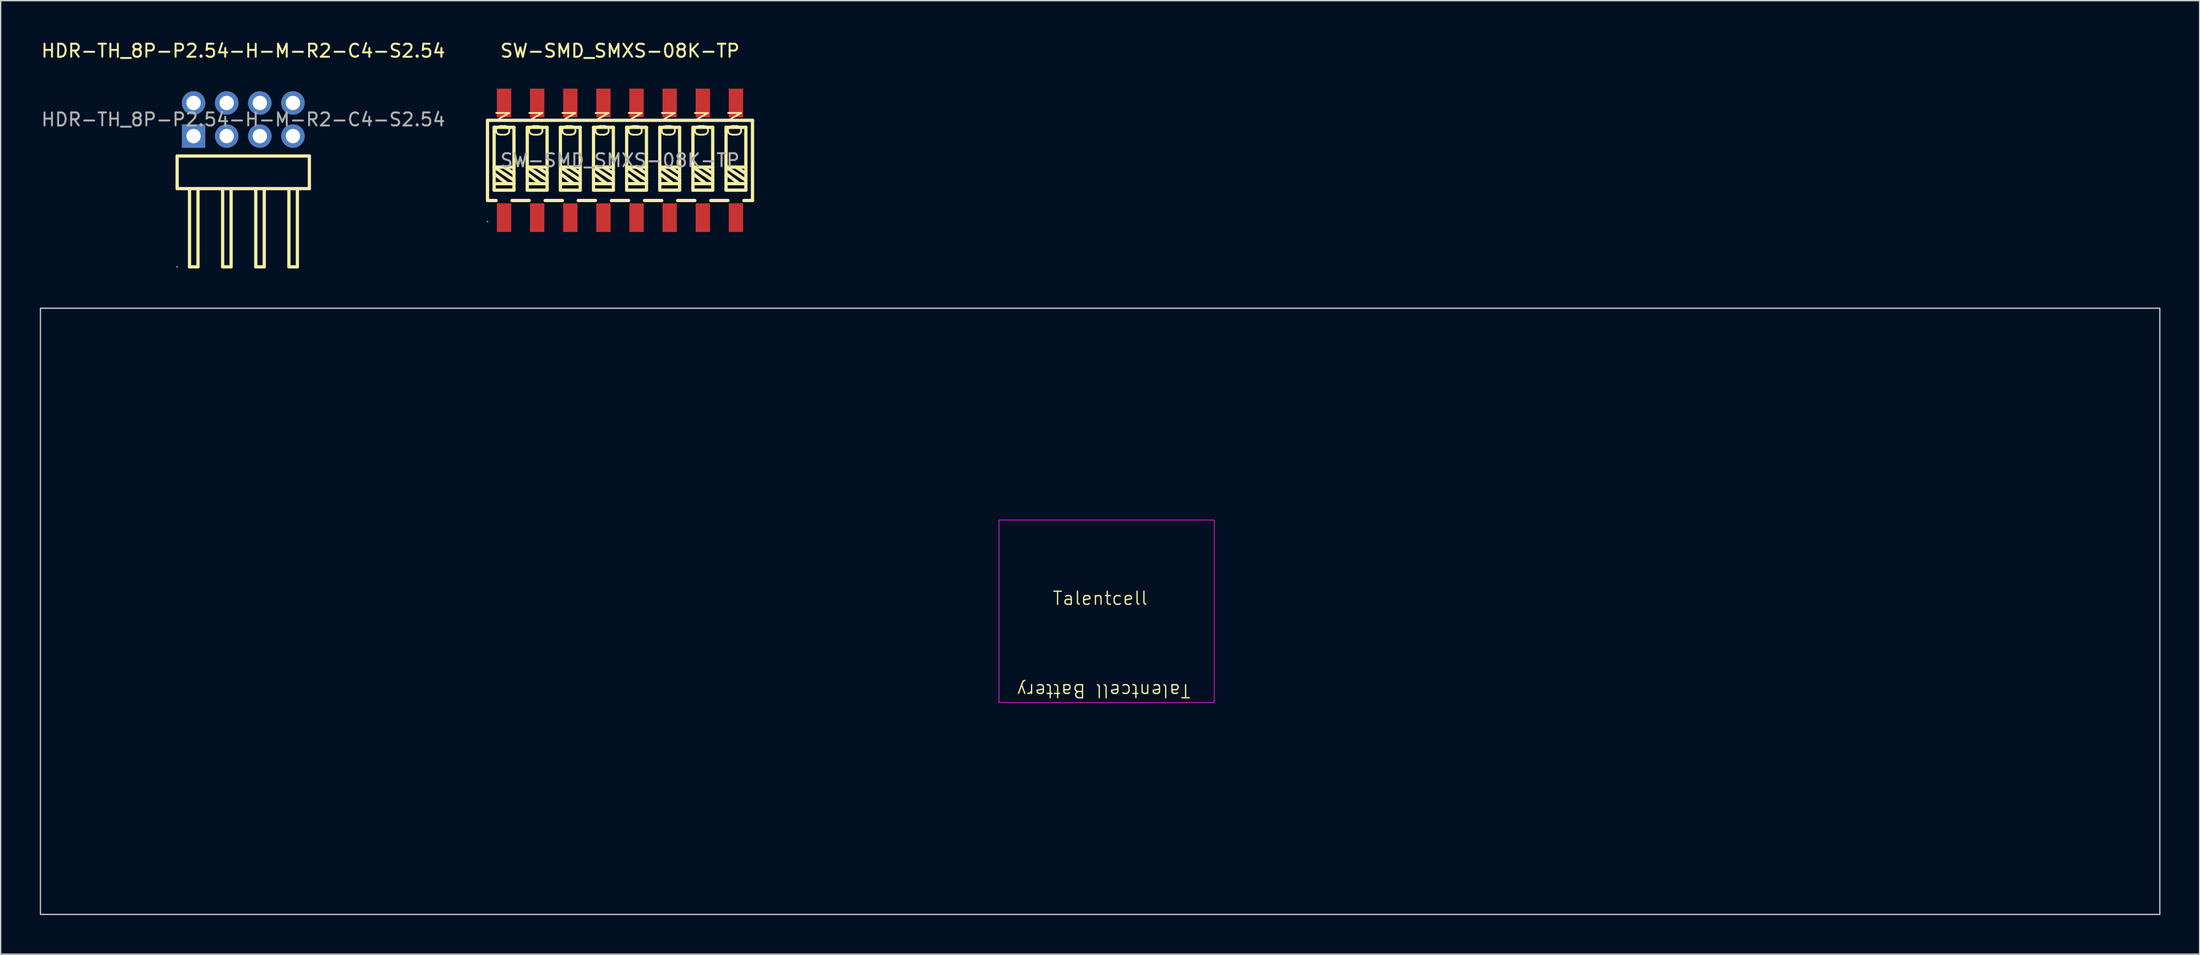
<source format=kicad_pcb>
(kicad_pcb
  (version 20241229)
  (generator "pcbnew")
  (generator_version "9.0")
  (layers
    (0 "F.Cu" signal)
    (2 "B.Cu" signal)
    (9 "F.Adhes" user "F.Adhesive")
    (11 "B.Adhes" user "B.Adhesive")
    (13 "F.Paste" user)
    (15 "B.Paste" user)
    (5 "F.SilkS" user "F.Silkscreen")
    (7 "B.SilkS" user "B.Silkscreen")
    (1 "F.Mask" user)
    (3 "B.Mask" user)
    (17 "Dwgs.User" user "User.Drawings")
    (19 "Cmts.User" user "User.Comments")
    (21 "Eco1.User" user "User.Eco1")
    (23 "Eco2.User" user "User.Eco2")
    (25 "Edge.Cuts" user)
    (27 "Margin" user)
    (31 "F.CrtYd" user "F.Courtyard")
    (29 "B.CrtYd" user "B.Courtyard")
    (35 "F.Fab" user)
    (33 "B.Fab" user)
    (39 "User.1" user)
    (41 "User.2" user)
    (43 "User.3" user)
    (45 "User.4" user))
  (footprint "Talentcell"
    (layer "F.Cu")
    (at 81.3 43.343)
    (property "Reference" "Talentcell" (at 0 -0.5 0) (unlocked yes) (layer "F.SilkS") (effects (font (size 1 1) (thickness 0.1))))
    (attr through_hole exclude_from_bom dnp)
    (fp_rect (start -81.25 -22.75) (end 81.25 23.75) (stroke (width 0.1) (type solid)) (fill no) (layer "Dwgs.User"))
    (fp_rect (start -7.75 -6.5) (end 8.75 7.5) (stroke (width 0.05) (type default)) (fill no) (layer "F.CrtYd"))
    (fp_text user "Talentcell Battery" (at 7 6 180) (unlocked yes) (layer "F.SilkS") (effects (font (size 1 1) (thickness 0.1)) (justify left bottom))))
  (footprint "HDR-TH_8P-P2.54-H-M-R2-C4-S2.54"
    (layer "F.Cu")
    (at 15.601 6.118)
    (property "Reference" "HDR-TH_8P-P2.54-H-M-R2-C4-S2.54" (at 0 -5.27 0) (layer "F.SilkS") (effects (font (size 1 1) (thickness 0.15))))
    (attr through_hole)
    (fp_line (start -5.07 2.8) (end -5.07 5.3) (stroke (width 0.25) (type solid)) (layer "F.SilkS"))
    (fp_line (start -5.07 5.3) (end 5.07 5.3) (stroke (width 0.25) (type solid)) (layer "F.SilkS"))
    (fp_line (start -4.12 5.3) (end -4.12 11.3) (stroke (width 0.25) (type solid)) (layer "F.SilkS"))
    (fp_line (start -4.12 11.3) (end -3.47 11.3) (stroke (width 0.25) (type solid)) (layer "F.SilkS"))
    (fp_line (start -3.47 11.3) (end -3.47 5.3) (stroke (width 0.25) (type solid)) (layer "F.SilkS"))
    (fp_line (start -1.58 5.3) (end -1.58 11.3) (stroke (width 0.25) (type solid)) (layer "F.SilkS"))
    (fp_line (start -1.58 11.3) (end -0.93 11.3) (stroke (width 0.25) (type solid)) (layer "F.SilkS"))
    (fp_line (start -0.93 11.3) (end -0.93 5.3) (stroke (width 0.25) (type solid)) (layer "F.SilkS"))
    (fp_line (start 0.96 5.3) (end 0.96 11.3) (stroke (width 0.25) (type solid)) (layer "F.SilkS"))
    (fp_line (start 0.96 11.3) (end 1.61 11.3) (stroke (width 0.25) (type solid)) (layer "F.SilkS"))
    (fp_line (start 1.61 11.3) (end 1.61 5.3) (stroke (width 0.25) (type solid)) (layer "F.SilkS"))
    (fp_line (start 3.5 5.3) (end 3.5 11.3) (stroke (width 0.25) (type solid)) (layer "F.SilkS"))
    (fp_line (start 3.5 11.3) (end 4.15 11.3) (stroke (width 0.25) (type solid)) (layer "F.SilkS"))
    (fp_line (start 4.15 11.3) (end 4.15 5.3) (stroke (width 0.25) (type solid)) (layer "F.SilkS"))
    (fp_line (start 5.07 2.8) (end -5.07 2.8) (stroke (width 0.25) (type solid)) (layer "F.SilkS"))
    (fp_line (start 5.07 5.3) (end 5.07 2.8) (stroke (width 0.25) (type solid)) (layer "F.SilkS"))
    (fp_circle (center -5.07 11.3) (end -5.04 11.3) (stroke (width 0.06) (type solid)) (fill no) (layer "F.Fab"))
    (fp_text user "${REFERENCE}" (at 0 0 0) (layer "F.Fab") (effects (font (size 1 1) (thickness 0.15))))
    (pad "1" thru_hole rect (at -3.81 1.27 180) (size 1.78 1.8) (drill 1.1) (layers "*.Cu" "*.Mask"))
    (pad "2" thru_hole circle (at -3.81 -1.27 180) (size 1.8 1.8) (drill 1.1) (layers "*.Cu" "*.Mask"))
    (pad "3" thru_hole circle (at -1.27 1.27 180) (size 1.8 1.8) (drill 1.1) (layers "*.Cu" "*.Mask"))
    (pad "4" thru_hole circle (at -1.27 -1.27 180) (size 1.8 1.8) (drill 1.1) (layers "*.Cu" "*.Mask"))
    (pad "5" thru_hole circle (at 1.27 1.27 180) (size 1.8 1.8) (drill 1.1) (layers "*.Cu" "*.Mask"))
    (pad "6" thru_hole circle (at 1.27 -1.27 180) (size 1.8 1.8) (drill 1.1) (layers "*.Cu" "*.Mask"))
    (pad "7" thru_hole circle (at 3.81 1.27 180) (size 1.8 1.8) (drill 1.1) (layers "*.Cu" "*.Mask"))
    (pad "8" thru_hole circle (at 3.81 -1.27 180) (size 1.8 1.8) (drill 1.1) (layers "*.Cu" "*.Mask")))
  (footprint "SW-SMD_SMXS-08K-TP"
    (layer "F.Cu")
    (at 44.487 9.248)
    (property "Reference" "SW-SMD_SMXS-08K-TP" (at 0 -8.4 0) (layer "F.SilkS") (effects (font (size 1 1) (thickness 0.15))))
    (attr through_hole)
    (fp_line (start -10.16 -3.07) (end 10.16 -3.07) (stroke (width 0.25) (type solid)) (layer "F.SilkS"))
    (fp_line (start -10.16 3.08) (end -10.16 -3.07) (stroke (width 0.25) (type solid)) (layer "F.SilkS"))
    (fp_line (start -9.65 -2.53) (end -9.65 2.29) (stroke (width 0.25) (type solid)) (layer "F.SilkS"))
    (fp_line (start -9.65 0.52) (end -8.13 1.53) (stroke (width 0.25) (type solid)) (layer "F.SilkS"))
    (fp_line (start -9.65 1.02) (end -8.64 1.79) (stroke (width 0.25) (type solid)) (layer "F.SilkS"))
    (fp_line (start -9.65 1.79) (end -8.13 1.79) (stroke (width 0.25) (type solid)) (layer "F.SilkS"))
    (fp_line (start -9.65 2.29) (end -8.13 2.29) (stroke (width 0.25) (type solid)) (layer "F.SilkS"))
    (fp_line (start -9.5 3.08) (end -10.15 3.08) (stroke (width 0.25) (type solid)) (layer "F.SilkS"))
    (fp_line (start -8.89 0.52) (end -8.13 1.02) (stroke (width 0.25) (type solid)) (layer "F.SilkS"))
    (fp_line (start -8.13 -2.53) (end -9.65 -2.53) (stroke (width 0.25) (type solid)) (layer "F.SilkS"))
    (fp_line (start -8.13 0.52) (end -9.65 0.52) (stroke (width 0.25) (type solid)) (layer "F.SilkS"))
    (fp_line (start -8.13 2.29) (end -8.13 -2.53) (stroke (width 0.25) (type solid)) (layer "F.SilkS"))
    (fp_line (start -7.11 -2.53) (end -5.59 -2.53) (stroke (width 0.25) (type solid)) (layer "F.SilkS"))
    (fp_line (start -7.11 0.52) (end -5.59 0.52) (stroke (width 0.25) (type solid)) (layer "F.SilkS"))
    (fp_line (start -7.11 1.02) (end -6.1 1.79) (stroke (width 0.25) (type solid)) (layer "F.SilkS"))
    (fp_line (start -7.11 1.79) (end -5.59 1.79) (stroke (width 0.25) (type solid)) (layer "F.SilkS"))
    (fp_line (start -7.11 2.29) (end -7.11 -2.53) (stroke (width 0.25) (type solid)) (layer "F.SilkS"))
    (fp_line (start -6.96 3.08) (end -8.28 3.08) (stroke (width 0.25) (type solid)) (layer "F.SilkS"))
    (fp_line (start -6.35 0.52) (end -5.59 1.02) (stroke (width 0.25) (type solid)) (layer "F.SilkS"))
    (fp_line (start -5.59 -2.53) (end -5.59 2.29) (stroke (width 0.25) (type solid)) (layer "F.SilkS"))
    (fp_line (start -5.59 1.53) (end -7.11 0.52) (stroke (width 0.25) (type solid)) (layer "F.SilkS"))
    (fp_line (start -5.59 2.29) (end -7.11 2.29) (stroke (width 0.25) (type solid)) (layer "F.SilkS"))
    (fp_line (start -4.57 -2.53) (end -4.57 2.29) (stroke (width 0.25) (type solid)) (layer "F.SilkS"))
    (fp_line (start -4.57 0.52) (end -3.05 1.53) (stroke (width 0.25) (type solid)) (layer "F.SilkS"))
    (fp_line (start -4.57 1.02) (end -3.56 1.79) (stroke (width 0.25) (type solid)) (layer "F.SilkS"))
    (fp_line (start -4.57 1.79) (end -3.05 1.79) (stroke (width 0.25) (type solid)) (layer "F.SilkS"))
    (fp_line (start -4.57 2.29) (end -3.05 2.29) (stroke (width 0.25) (type solid)) (layer "F.SilkS"))
    (fp_line (start -4.42 3.08) (end -5.74 3.08) (stroke (width 0.25) (type solid)) (layer "F.SilkS"))
    (fp_line (start -3.81 0.52) (end -3.05 1.02) (stroke (width 0.25) (type solid)) (layer "F.SilkS"))
    (fp_line (start -3.05 -2.53) (end -4.57 -2.53) (stroke (width 0.25) (type solid)) (layer "F.SilkS"))
    (fp_line (start -3.05 0.52) (end -4.57 0.52) (stroke (width 0.25) (type solid)) (layer "F.SilkS"))
    (fp_line (start -3.05 2.29) (end -3.05 -2.53) (stroke (width 0.25) (type solid)) (layer "F.SilkS"))
    (fp_line (start -2.03 -2.53) (end -0.51 -2.53) (stroke (width 0.25) (type solid)) (layer "F.SilkS"))
    (fp_line (start -2.03 0.52) (end -0.51 0.52) (stroke (width 0.25) (type solid)) (layer "F.SilkS"))
    (fp_line (start -2.03 1.02) (end -1.02 1.79) (stroke (width 0.25) (type solid)) (layer "F.SilkS"))
    (fp_line (start -2.03 1.79) (end -0.51 1.79) (stroke (width 0.25) (type solid)) (layer "F.SilkS"))
    (fp_line (start -2.03 2.29) (end -2.03 -2.53) (stroke (width 0.25) (type solid)) (layer "F.SilkS"))
    (fp_line (start -1.88 3.08) (end -3.2 3.08) (stroke (width 0.25) (type solid)) (layer "F.SilkS"))
    (fp_line (start -1.27 0.52) (end -0.51 1.02) (stroke (width 0.25) (type solid)) (layer "F.SilkS"))
    (fp_line (start -0.51 -2.53) (end -0.51 2.29) (stroke (width 0.25) (type solid)) (layer "F.SilkS"))
    (fp_line (start -0.51 1.53) (end -2.03 0.52) (stroke (width 0.25) (type solid)) (layer "F.SilkS"))
    (fp_line (start -0.51 2.29) (end -2.03 2.29) (stroke (width 0.25) (type solid)) (layer "F.SilkS"))
    (fp_line (start 0.51 -2.53) (end 0.51 2.29) (stroke (width 0.25) (type solid)) (layer "F.SilkS"))
    (fp_line (start 0.51 0.52) (end 2.03 1.53) (stroke (width 0.25) (type solid)) (layer "F.SilkS"))
    (fp_line (start 0.51 1.02) (end 1.52 1.79) (stroke (width 0.25) (type solid)) (layer "F.SilkS"))
    (fp_line (start 0.51 1.79) (end 2.03 1.79) (stroke (width 0.25) (type solid)) (layer "F.SilkS"))
    (fp_line (start 0.51 2.29) (end 2.03 2.29) (stroke (width 0.25) (type solid)) (layer "F.SilkS"))
    (fp_line (start 0.66 3.08) (end -0.66 3.08) (stroke (width 0.25) (type solid)) (layer "F.SilkS"))
    (fp_line (start 1.27 0.52) (end 2.03 1.02) (stroke (width 0.25) (type solid)) (layer "F.SilkS"))
    (fp_line (start 2.03 -2.53) (end 0.51 -2.53) (stroke (width 0.25) (type solid)) (layer "F.SilkS"))
    (fp_line (start 2.03 0.52) (end 0.51 0.52) (stroke (width 0.25) (type solid)) (layer "F.SilkS"))
    (fp_line (start 2.03 2.29) (end 2.03 -2.53) (stroke (width 0.25) (type solid)) (layer "F.SilkS"))
    (fp_line (start 3.05 -2.53) (end 4.57 -2.53) (stroke (width 0.25) (type solid)) (layer "F.SilkS"))
    (fp_line (start 3.05 0.52) (end 4.57 0.52) (stroke (width 0.25) (type solid)) (layer "F.SilkS"))
    (fp_line (start 3.05 1.02) (end 4.06 1.79) (stroke (width 0.25) (type solid)) (layer "F.SilkS"))
    (fp_line (start 3.05 1.79) (end 4.57 1.79) (stroke (width 0.25) (type solid)) (layer "F.SilkS"))
    (fp_line (start 3.05 2.29) (end 3.05 -2.53) (stroke (width 0.25) (type solid)) (layer "F.SilkS"))
    (fp_line (start 3.2 3.08) (end 1.88 3.08) (stroke (width 0.25) (type solid)) (layer "F.SilkS"))
    (fp_line (start 3.81 0.52) (end 4.57 1.02) (stroke (width 0.25) (type solid)) (layer "F.SilkS"))
    (fp_line (start 4.57 -2.53) (end 4.57 2.29) (stroke (width 0.25) (type solid)) (layer "F.SilkS"))
    (fp_line (start 4.57 1.53) (end 3.05 0.52) (stroke (width 0.25) (type solid)) (layer "F.SilkS"))
    (fp_line (start 4.57 2.29) (end 3.05 2.29) (stroke (width 0.25) (type solid)) (layer "F.SilkS"))
    (fp_line (start 5.59 -2.53) (end 5.59 2.29) (stroke (width 0.25) (type solid)) (layer "F.SilkS"))
    (fp_line (start 5.59 0.52) (end 7.11 1.53) (stroke (width 0.25) (type solid)) (layer "F.SilkS"))
    (fp_line (start 5.59 1.02) (end 6.6 1.79) (stroke (width 0.25) (type solid)) (layer "F.SilkS"))
    (fp_line (start 5.59 1.79) (end 7.11 1.79) (stroke (width 0.25) (type solid)) (layer "F.SilkS"))
    (fp_line (start 5.59 2.29) (end 7.11 2.29) (stroke (width 0.25) (type solid)) (layer "F.SilkS"))
    (fp_line (start 5.74 3.08) (end 4.42 3.08) (stroke (width 0.25) (type solid)) (layer "F.SilkS"))
    (fp_line (start 6.35 0.52) (end 7.11 1.02) (stroke (width 0.25) (type solid)) (layer "F.SilkS"))
    (fp_line (start 7.11 -2.53) (end 5.59 -2.53) (stroke (width 0.25) (type solid)) (layer "F.SilkS"))
    (fp_line (start 7.11 0.52) (end 5.59 0.52) (stroke (width 0.25) (type solid)) (layer "F.SilkS"))
    (fp_line (start 7.11 2.29) (end 7.11 -2.53) (stroke (width 0.25) (type solid)) (layer "F.SilkS"))
    (fp_line (start 8.13 -2.53) (end 9.65 -2.53) (stroke (width 0.25) (type solid)) (layer "F.SilkS"))
    (fp_line (start 8.13 0.52) (end 9.65 0.52) (stroke (width 0.25) (type solid)) (layer "F.SilkS"))
    (fp_line (start 8.13 1.02) (end 9.14 1.79) (stroke (width 0.25) (type solid)) (layer "F.SilkS"))
    (fp_line (start 8.13 1.79) (end 9.65 1.79) (stroke (width 0.25) (type solid)) (layer "F.SilkS"))
    (fp_line (start 8.13 2.29) (end 8.13 -2.53) (stroke (width 0.25) (type solid)) (layer "F.SilkS"))
    (fp_line (start 8.28 3.08) (end 6.96 3.08) (stroke (width 0.25) (type solid)) (layer "F.SilkS"))
    (fp_line (start 8.89 0.52) (end 9.65 1.02) (stroke (width 0.25) (type solid)) (layer "F.SilkS"))
    (fp_line (start 9.65 -2.53) (end 9.65 2.29) (stroke (width 0.25) (type solid)) (layer "F.SilkS"))
    (fp_line (start 9.65 1.53) (end 8.13 0.52) (stroke (width 0.25) (type solid)) (layer "F.SilkS"))
    (fp_line (start 9.65 2.29) (end 8.13 2.29) (stroke (width 0.25) (type solid)) (layer "F.SilkS"))
    (fp_line (start 10.16 -3.07) (end 10.16 3.08) (stroke (width 0.25) (type solid)) (layer "F.SilkS"))
    (fp_line (start 10.16 3.08) (end 9.5 3.08) (stroke (width 0.25) (type solid)) (layer "F.SilkS"))
    (fp_circle (center -10.16 4.7) (end -10.13 4.7) (stroke (width 0.06) (type solid)) (fill no) (layer "F.Fab"))
    (fp_text user "ON" (at 8.83 -1.69 270) (layer "F.SilkS") (effects (font (size 1 1) (thickness 0.13)) (justify left)))
    (fp_text user "ON" (at 3.75 -1.69 270) (layer "F.SilkS") (effects (font (size 1 1) (thickness 0.13)) (justify left)))
    (fp_text user "ON" (at 1.21 -1.69 270) (layer "F.SilkS") (effects (font (size 1 1) (thickness 0.13)) (justify left)))
    (fp_text user "ON" (at -3.87 -1.69 270) (layer "F.SilkS") (effects (font (size 1 1) (thickness 0.13)) (justify left)))
    (fp_text user "ON" (at -1.33 -1.69 270) (layer "F.SilkS") (effects (font (size 1 1) (thickness 0.13)) (justify left)))
    (fp_text user "ON" (at 6.29 -1.69 270) (layer "F.SilkS") (effects (font (size 1 1) (thickness 0.13)) (justify left)))
    (fp_text user "ON" (at -6.41 -1.69 270) (layer "F.SilkS") (effects (font (size 1 1) (thickness 0.13)) (justify left)))
    (fp_text user "ON" (at -8.95 -1.69 270) (layer "F.SilkS") (effects (font (size 1 1) (thickness 0.13)) (justify left)))
    (fp_text user "${REFERENCE}" (at 0 0 0) (layer "F.Fab") (effects (font (size 1 1) (thickness 0.15))))
    (pad "1" smd rect (at -8.89 4.4) (size 1.1 2.2) (layers "F.Cu" "F.Mask" "F.Paste"))
    (pad "2" smd rect (at -6.35 4.4) (size 1.1 2.2) (layers "F.Cu" "F.Mask" "F.Paste"))
    (pad "3" smd rect (at -3.81 4.4) (size 1.1 2.2) (layers "F.Cu" "F.Mask" "F.Paste"))
    (pad "4" smd rect (at -1.27 4.4) (size 1.1 2.2) (layers "F.Cu" "F.Mask" "F.Paste"))
    (pad "5" smd rect (at 1.27 4.4) (size 1.1 2.2) (layers "F.Cu" "F.Mask" "F.Paste"))
    (pad "6" smd rect (at 3.81 4.4) (size 1.1 2.2) (layers "F.Cu" "F.Mask" "F.Paste"))
    (pad "7" smd rect (at 6.35 4.4) (size 1.1 2.2) (layers "F.Cu" "F.Mask" "F.Paste"))
    (pad "8" smd rect (at 8.89 4.4) (size 1.1 2.2) (layers "F.Cu" "F.Mask" "F.Paste"))
    (pad "9" smd rect (at 8.89 -4.4) (size 1.1 2.2) (layers "F.Cu" "F.Mask" "F.Paste"))
    (pad "10" smd rect (at 6.35 -4.4) (size 1.1 2.2) (layers "F.Cu" "F.Mask" "F.Paste"))
    (pad "11" smd rect (at 3.81 -4.4) (size 1.1 2.2) (layers "F.Cu" "F.Mask" "F.Paste"))
    (pad "12" smd rect (at 1.27 -4.4) (size 1.1 2.2) (layers "F.Cu" "F.Mask" "F.Paste"))
    (pad "13" smd rect (at -1.27 -4.4) (size 1.1 2.2) (layers "F.Cu" "F.Mask" "F.Paste"))
    (pad "14" smd rect (at -3.81 -4.4) (size 1.1 2.2) (layers "F.Cu" "F.Mask" "F.Paste"))
    (pad "15" smd rect (at -6.35 -4.4) (size 1.1 2.2) (layers "F.Cu" "F.Mask" "F.Paste"))
    (pad "16" smd rect (at -8.89 -4.4) (size 1.1 2.2) (layers "F.Cu" "F.Mask" "F.Paste")))
  (gr_rect
    (start -3 -3)
    (end 165.6 70.143)
    (stroke (width 0.1) (type default))
    (fill no)
    (layer "Edge.Cuts")))
</source>
